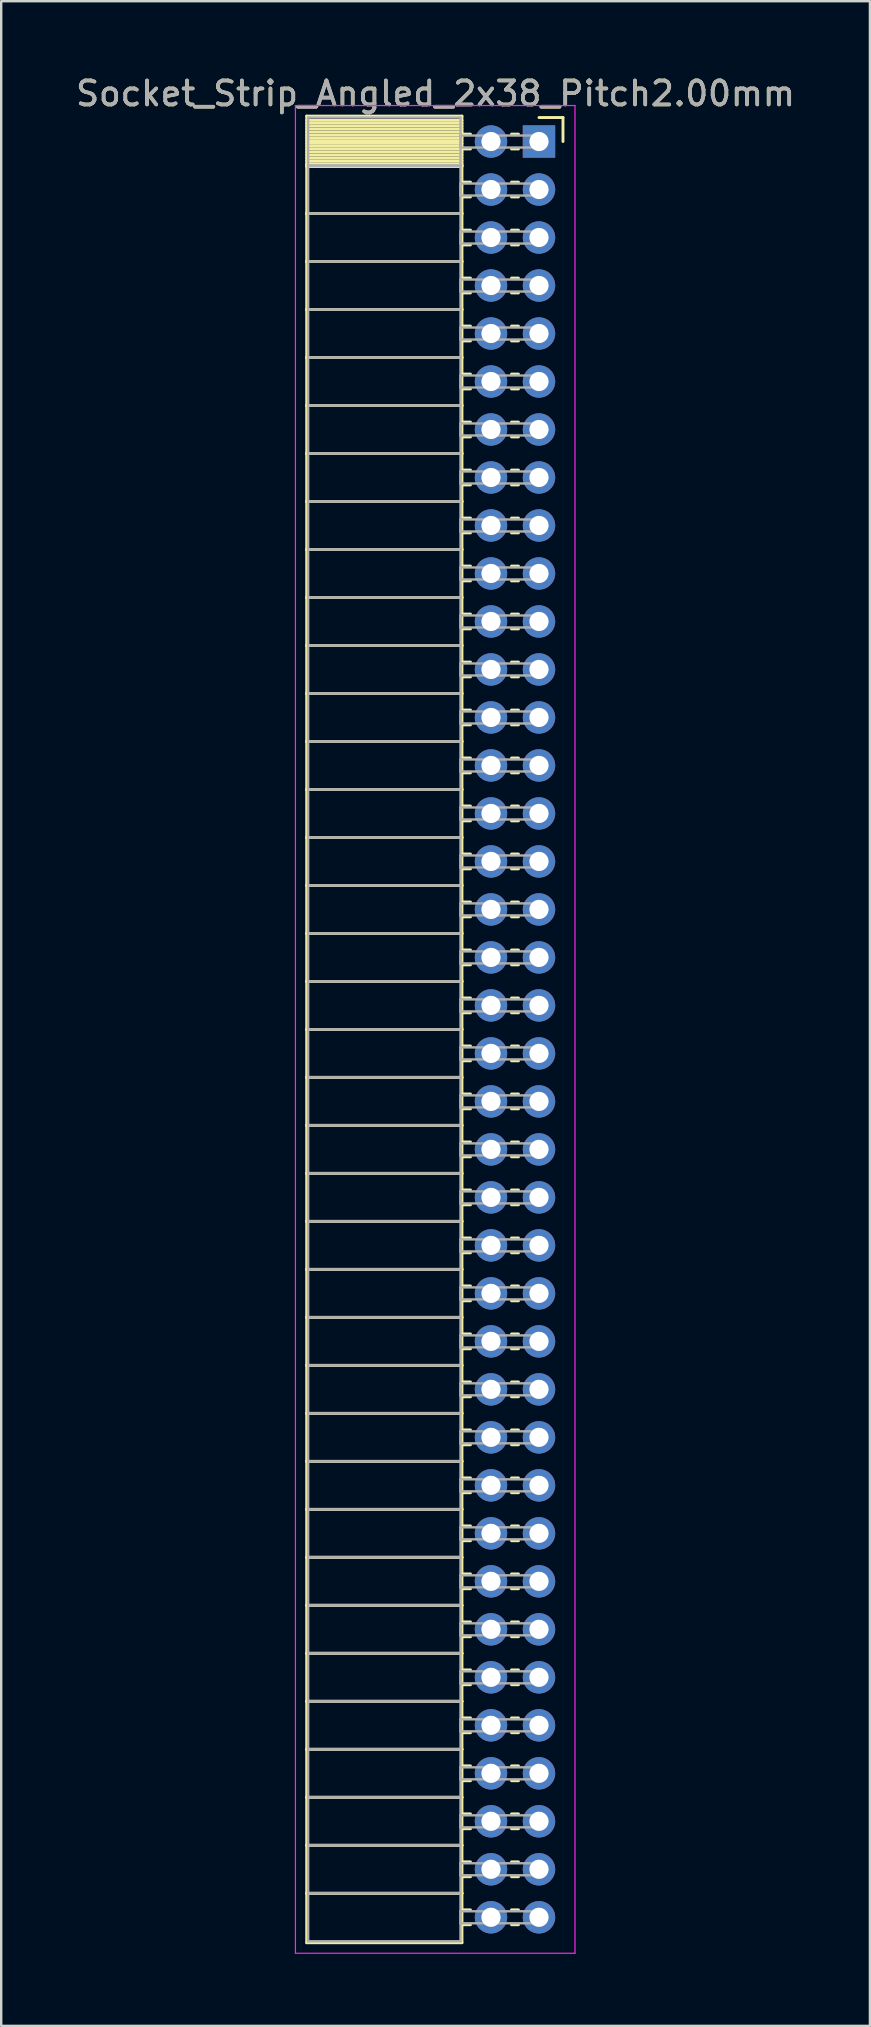
<source format=kicad_pcb>
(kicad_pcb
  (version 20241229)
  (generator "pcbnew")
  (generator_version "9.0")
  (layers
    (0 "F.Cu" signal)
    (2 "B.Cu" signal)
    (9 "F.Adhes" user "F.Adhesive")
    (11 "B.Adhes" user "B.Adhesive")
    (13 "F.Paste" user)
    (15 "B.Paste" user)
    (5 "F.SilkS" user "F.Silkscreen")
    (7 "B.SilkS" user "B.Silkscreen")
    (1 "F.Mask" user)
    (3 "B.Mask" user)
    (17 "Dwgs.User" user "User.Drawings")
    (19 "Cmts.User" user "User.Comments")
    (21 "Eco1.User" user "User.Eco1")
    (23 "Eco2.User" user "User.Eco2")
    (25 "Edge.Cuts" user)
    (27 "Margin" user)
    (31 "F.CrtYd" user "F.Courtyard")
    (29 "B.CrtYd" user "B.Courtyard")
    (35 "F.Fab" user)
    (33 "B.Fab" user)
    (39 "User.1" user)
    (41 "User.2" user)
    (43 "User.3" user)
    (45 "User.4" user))
  (footprint "Socket_Strip_Angled_2x38_Pitch2.00mm"
    (layer "F.Cu")
    (at 19.411 2.848)
    (property "Reference" "Socket_Strip_Angled_2x38_Pitch2.00mm" (at -4.31 -2 0) (layer "F.SilkS") (effects (font (size 1 1) (thickness 0.15))))
    (attr through_hole)
    (fp_line (start -9.68 -1.06) (end -3.21 -1.06) (stroke (width 0.12) (type solid)) (layer "F.SilkS"))
    (fp_line (start -9.68 1) (end -9.68 -1.06) (stroke (width 0.12) (type solid)) (layer "F.SilkS"))
    (fp_line (start -9.68 1) (end -3.21 1) (stroke (width 0.12) (type solid)) (layer "F.SilkS"))
    (fp_line (start -9.68 3) (end -9.68 1) (stroke (width 0.12) (type solid)) (layer "F.SilkS"))
    (fp_line (start -9.68 3) (end -3.21 3) (stroke (width 0.12) (type solid)) (layer "F.SilkS"))
    (fp_line (start -9.68 5) (end -9.68 3) (stroke (width 0.12) (type solid)) (layer "F.SilkS"))
    (fp_line (start -9.68 5) (end -3.21 5) (stroke (width 0.12) (type solid)) (layer "F.SilkS"))
    (fp_line (start -9.68 7) (end -9.68 5) (stroke (width 0.12) (type solid)) (layer "F.SilkS"))
    (fp_line (start -9.68 7) (end -3.21 7) (stroke (width 0.12) (type solid)) (layer "F.SilkS"))
    (fp_line (start -9.68 9) (end -9.68 7) (stroke (width 0.12) (type solid)) (layer "F.SilkS"))
    (fp_line (start -9.68 9) (end -3.21 9) (stroke (width 0.12) (type solid)) (layer "F.SilkS"))
    (fp_line (start -9.68 11) (end -9.68 9) (stroke (width 0.12) (type solid)) (layer "F.SilkS"))
    (fp_line (start -9.68 11) (end -3.21 11) (stroke (width 0.12) (type solid)) (layer "F.SilkS"))
    (fp_line (start -9.68 13) (end -9.68 11) (stroke (width 0.12) (type solid)) (layer "F.SilkS"))
    (fp_line (start -9.68 13) (end -3.21 13) (stroke (width 0.12) (type solid)) (layer "F.SilkS"))
    (fp_line (start -9.68 15) (end -9.68 13) (stroke (width 0.12) (type solid)) (layer "F.SilkS"))
    (fp_line (start -9.68 15) (end -3.21 15) (stroke (width 0.12) (type solid)) (layer "F.SilkS"))
    (fp_line (start -9.68 17) (end -9.68 15) (stroke (width 0.12) (type solid)) (layer "F.SilkS"))
    (fp_line (start -9.68 17) (end -3.21 17) (stroke (width 0.12) (type solid)) (layer "F.SilkS"))
    (fp_line (start -9.68 19) (end -9.68 17) (stroke (width 0.12) (type solid)) (layer "F.SilkS"))
    (fp_line (start -9.68 19) (end -3.21 19) (stroke (width 0.12) (type solid)) (layer "F.SilkS"))
    (fp_line (start -9.68 21) (end -9.68 19) (stroke (width 0.12) (type solid)) (layer "F.SilkS"))
    (fp_line (start -9.68 21) (end -3.21 21) (stroke (width 0.12) (type solid)) (layer "F.SilkS"))
    (fp_line (start -9.68 23) (end -9.68 21) (stroke (width 0.12) (type solid)) (layer "F.SilkS"))
    (fp_line (start -9.68 23) (end -3.21 23) (stroke (width 0.12) (type solid)) (layer "F.SilkS"))
    (fp_line (start -9.68 25) (end -9.68 23) (stroke (width 0.12) (type solid)) (layer "F.SilkS"))
    (fp_line (start -9.68 25) (end -3.21 25) (stroke (width 0.12) (type solid)) (layer "F.SilkS"))
    (fp_line (start -9.68 27) (end -9.68 25) (stroke (width 0.12) (type solid)) (layer "F.SilkS"))
    (fp_line (start -9.68 27) (end -3.21 27) (stroke (width 0.12) (type solid)) (layer "F.SilkS"))
    (fp_line (start -9.68 29) (end -9.68 27) (stroke (width 0.12) (type solid)) (layer "F.SilkS"))
    (fp_line (start -9.68 29) (end -3.21 29) (stroke (width 0.12) (type solid)) (layer "F.SilkS"))
    (fp_line (start -9.68 31) (end -9.68 29) (stroke (width 0.12) (type solid)) (layer "F.SilkS"))
    (fp_line (start -9.68 31) (end -3.21 31) (stroke (width 0.12) (type solid)) (layer "F.SilkS"))
    (fp_line (start -9.68 33) (end -9.68 31) (stroke (width 0.12) (type solid)) (layer "F.SilkS"))
    (fp_line (start -9.68 33) (end -3.21 33) (stroke (width 0.12) (type solid)) (layer "F.SilkS"))
    (fp_line (start -9.68 35) (end -9.68 33) (stroke (width 0.12) (type solid)) (layer "F.SilkS"))
    (fp_line (start -9.68 35) (end -3.21 35) (stroke (width 0.12) (type solid)) (layer "F.SilkS"))
    (fp_line (start -9.68 37) (end -9.68 35) (stroke (width 0.12) (type solid)) (layer "F.SilkS"))
    (fp_line (start -9.68 37) (end -3.21 37) (stroke (width 0.12) (type solid)) (layer "F.SilkS"))
    (fp_line (start -9.68 39) (end -9.68 37) (stroke (width 0.12) (type solid)) (layer "F.SilkS"))
    (fp_line (start -9.68 39) (end -3.21 39) (stroke (width 0.12) (type solid)) (layer "F.SilkS"))
    (fp_line (start -9.68 41) (end -9.68 39) (stroke (width 0.12) (type solid)) (layer "F.SilkS"))
    (fp_line (start -9.68 41) (end -3.21 41) (stroke (width 0.12) (type solid)) (layer "F.SilkS"))
    (fp_line (start -9.68 43) (end -9.68 41) (stroke (width 0.12) (type solid)) (layer "F.SilkS"))
    (fp_line (start -9.68 43) (end -3.21 43) (stroke (width 0.12) (type solid)) (layer "F.SilkS"))
    (fp_line (start -9.68 45) (end -9.68 43) (stroke (width 0.12) (type solid)) (layer "F.SilkS"))
    (fp_line (start -9.68 45) (end -3.21 45) (stroke (width 0.12) (type solid)) (layer "F.SilkS"))
    (fp_line (start -9.68 47) (end -9.68 45) (stroke (width 0.12) (type solid)) (layer "F.SilkS"))
    (fp_line (start -9.68 47) (end -3.21 47) (stroke (width 0.12) (type solid)) (layer "F.SilkS"))
    (fp_line (start -9.68 49) (end -9.68 47) (stroke (width 0.12) (type solid)) (layer "F.SilkS"))
    (fp_line (start -9.68 49) (end -3.21 49) (stroke (width 0.12) (type solid)) (layer "F.SilkS"))
    (fp_line (start -9.68 51) (end -9.68 49) (stroke (width 0.12) (type solid)) (layer "F.SilkS"))
    (fp_line (start -9.68 51) (end -3.21 51) (stroke (width 0.12) (type solid)) (layer "F.SilkS"))
    (fp_line (start -9.68 53) (end -9.68 51) (stroke (width 0.12) (type solid)) (layer "F.SilkS"))
    (fp_line (start -9.68 53) (end -3.21 53) (stroke (width 0.12) (type solid)) (layer "F.SilkS"))
    (fp_line (start -9.68 55) (end -9.68 53) (stroke (width 0.12) (type solid)) (layer "F.SilkS"))
    (fp_line (start -9.68 55) (end -3.21 55) (stroke (width 0.12) (type solid)) (layer "F.SilkS"))
    (fp_line (start -9.68 57) (end -9.68 55) (stroke (width 0.12) (type solid)) (layer "F.SilkS"))
    (fp_line (start -9.68 57) (end -3.21 57) (stroke (width 0.12) (type solid)) (layer "F.SilkS"))
    (fp_line (start -9.68 59) (end -9.68 57) (stroke (width 0.12) (type solid)) (layer "F.SilkS"))
    (fp_line (start -9.68 59) (end -3.21 59) (stroke (width 0.12) (type solid)) (layer "F.SilkS"))
    (fp_line (start -9.68 61) (end -9.68 59) (stroke (width 0.12) (type solid)) (layer "F.SilkS"))
    (fp_line (start -9.68 61) (end -3.21 61) (stroke (width 0.12) (type solid)) (layer "F.SilkS"))
    (fp_line (start -9.68 63) (end -9.68 61) (stroke (width 0.12) (type solid)) (layer "F.SilkS"))
    (fp_line (start -9.68 63) (end -3.21 63) (stroke (width 0.12) (type solid)) (layer "F.SilkS"))
    (fp_line (start -9.68 65) (end -9.68 63) (stroke (width 0.12) (type solid)) (layer "F.SilkS"))
    (fp_line (start -9.68 65) (end -3.21 65) (stroke (width 0.12) (type solid)) (layer "F.SilkS"))
    (fp_line (start -9.68 67) (end -9.68 65) (stroke (width 0.12) (type solid)) (layer "F.SilkS"))
    (fp_line (start -9.68 67) (end -3.21 67) (stroke (width 0.12) (type solid)) (layer "F.SilkS"))
    (fp_line (start -9.68 69) (end -9.68 67) (stroke (width 0.12) (type solid)) (layer "F.SilkS"))
    (fp_line (start -9.68 69) (end -3.21 69) (stroke (width 0.12) (type solid)) (layer "F.SilkS"))
    (fp_line (start -9.68 71) (end -9.68 69) (stroke (width 0.12) (type solid)) (layer "F.SilkS"))
    (fp_line (start -9.68 71) (end -3.21 71) (stroke (width 0.12) (type solid)) (layer "F.SilkS"))
    (fp_line (start -9.68 73) (end -9.68 71) (stroke (width 0.12) (type solid)) (layer "F.SilkS"))
    (fp_line (start -9.68 73) (end -3.21 73) (stroke (width 0.12) (type solid)) (layer "F.SilkS"))
    (fp_line (start -9.68 75.06) (end -9.68 73) (stroke (width 0.12) (type solid)) (layer "F.SilkS"))
    (fp_line (start -3.21 -1.06) (end -3.21 1) (stroke (width 0.12) (type solid)) (layer "F.SilkS"))
    (fp_line (start -3.21 -0.88) (end -9.68 -0.88) (stroke (width 0.12) (type solid)) (layer "F.SilkS"))
    (fp_line (start -3.21 -0.76) (end -9.68 -0.76) (stroke (width 0.12) (type solid)) (layer "F.SilkS"))
    (fp_line (start -3.21 -0.64) (end -9.68 -0.64) (stroke (width 0.12) (type solid)) (layer "F.SilkS"))
    (fp_line (start -3.21 -0.52) (end -9.68 -0.52) (stroke (width 0.12) (type solid)) (layer "F.SilkS"))
    (fp_line (start -3.21 -0.4) (end -9.68 -0.4) (stroke (width 0.12) (type solid)) (layer "F.SilkS"))
    (fp_line (start -3.21 -0.28) (end -9.68 -0.28) (stroke (width 0.12) (type solid)) (layer "F.SilkS"))
    (fp_line (start -3.21 -0.16) (end -9.68 -0.16) (stroke (width 0.12) (type solid)) (layer "F.SilkS"))
    (fp_line (start -3.21 -0.04) (end -9.68 -0.04) (stroke (width 0.12) (type solid)) (layer "F.SilkS"))
    (fp_line (start -3.21 0.08) (end -9.68 0.08) (stroke (width 0.12) (type solid)) (layer "F.SilkS"))
    (fp_line (start -3.21 0.2) (end -9.68 0.2) (stroke (width 0.12) (type solid)) (layer "F.SilkS"))
    (fp_line (start -3.21 0.32) (end -9.68 0.32) (stroke (width 0.12) (type solid)) (layer "F.SilkS"))
    (fp_line (start -3.21 0.44) (end -9.68 0.44) (stroke (width 0.12) (type solid)) (layer "F.SilkS"))
    (fp_line (start -3.21 0.56) (end -9.68 0.56) (stroke (width 0.12) (type solid)) (layer "F.SilkS"))
    (fp_line (start -3.21 0.68) (end -9.68 0.68) (stroke (width 0.12) (type solid)) (layer "F.SilkS"))
    (fp_line (start -3.21 0.8) (end -9.68 0.8) (stroke (width 0.12) (type solid)) (layer "F.SilkS"))
    (fp_line (start -3.21 0.92) (end -9.68 0.92) (stroke (width 0.12) (type solid)) (layer "F.SilkS"))
    (fp_line (start -3.21 1) (end -9.68 1) (stroke (width 0.12) (type solid)) (layer "F.SilkS"))
    (fp_line (start -3.21 1) (end -3.21 3) (stroke (width 0.12) (type solid)) (layer "F.SilkS"))
    (fp_line (start -3.21 1.04) (end -9.68 1.04) (stroke (width 0.12) (type solid)) (layer "F.SilkS"))
    (fp_line (start -3.21 3) (end -9.68 3) (stroke (width 0.12) (type solid)) (layer "F.SilkS"))
    (fp_line (start -3.21 3) (end -3.21 5) (stroke (width 0.12) (type solid)) (layer "F.SilkS"))
    (fp_line (start -3.21 5) (end -9.68 5) (stroke (width 0.12) (type solid)) (layer "F.SilkS"))
    (fp_line (start -3.21 5) (end -3.21 7) (stroke (width 0.12) (type solid)) (layer "F.SilkS"))
    (fp_line (start -3.21 7) (end -9.68 7) (stroke (width 0.12) (type solid)) (layer "F.SilkS"))
    (fp_line (start -3.21 7) (end -3.21 9) (stroke (width 0.12) (type solid)) (layer "F.SilkS"))
    (fp_line (start -3.21 9) (end -9.68 9) (stroke (width 0.12) (type solid)) (layer "F.SilkS"))
    (fp_line (start -3.21 9) (end -3.21 11) (stroke (width 0.12) (type solid)) (layer "F.SilkS"))
    (fp_line (start -3.21 11) (end -9.68 11) (stroke (width 0.12) (type solid)) (layer "F.SilkS"))
    (fp_line (start -3.21 11) (end -3.21 13) (stroke (width 0.12) (type solid)) (layer "F.SilkS"))
    (fp_line (start -3.21 13) (end -9.68 13) (stroke (width 0.12) (type solid)) (layer "F.SilkS"))
    (fp_line (start -3.21 13) (end -3.21 15) (stroke (width 0.12) (type solid)) (layer "F.SilkS"))
    (fp_line (start -3.21 15) (end -9.68 15) (stroke (width 0.12) (type solid)) (layer "F.SilkS"))
    (fp_line (start -3.21 15) (end -3.21 17) (stroke (width 0.12) (type solid)) (layer "F.SilkS"))
    (fp_line (start -3.21 17) (end -9.68 17) (stroke (width 0.12) (type solid)) (layer "F.SilkS"))
    (fp_line (start -3.21 17) (end -3.21 19) (stroke (width 0.12) (type solid)) (layer "F.SilkS"))
    (fp_line (start -3.21 19) (end -9.68 19) (stroke (width 0.12) (type solid)) (layer "F.SilkS"))
    (fp_line (start -3.21 19) (end -3.21 21) (stroke (width 0.12) (type solid)) (layer "F.SilkS"))
    (fp_line (start -3.21 21) (end -9.68 21) (stroke (width 0.12) (type solid)) (layer "F.SilkS"))
    (fp_line (start -3.21 21) (end -3.21 23) (stroke (width 0.12) (type solid)) (layer "F.SilkS"))
    (fp_line (start -3.21 23) (end -9.68 23) (stroke (width 0.12) (type solid)) (layer "F.SilkS"))
    (fp_line (start -3.21 23) (end -3.21 25) (stroke (width 0.12) (type solid)) (layer "F.SilkS"))
    (fp_line (start -3.21 25) (end -9.68 25) (stroke (width 0.12) (type solid)) (layer "F.SilkS"))
    (fp_line (start -3.21 25) (end -3.21 27) (stroke (width 0.12) (type solid)) (layer "F.SilkS"))
    (fp_line (start -3.21 27) (end -9.68 27) (stroke (width 0.12) (type solid)) (layer "F.SilkS"))
    (fp_line (start -3.21 27) (end -3.21 29) (stroke (width 0.12) (type solid)) (layer "F.SilkS"))
    (fp_line (start -3.21 29) (end -9.68 29) (stroke (width 0.12) (type solid)) (layer "F.SilkS"))
    (fp_line (start -3.21 29) (end -3.21 31) (stroke (width 0.12) (type solid)) (layer "F.SilkS"))
    (fp_line (start -3.21 31) (end -9.68 31) (stroke (width 0.12) (type solid)) (layer "F.SilkS"))
    (fp_line (start -3.21 31) (end -3.21 33) (stroke (width 0.12) (type solid)) (layer "F.SilkS"))
    (fp_line (start -3.21 33) (end -9.68 33) (stroke (width 0.12) (type solid)) (layer "F.SilkS"))
    (fp_line (start -3.21 33) (end -3.21 35) (stroke (width 0.12) (type solid)) (layer "F.SilkS"))
    (fp_line (start -3.21 35) (end -9.68 35) (stroke (width 0.12) (type solid)) (layer "F.SilkS"))
    (fp_line (start -3.21 35) (end -3.21 37) (stroke (width 0.12) (type solid)) (layer "F.SilkS"))
    (fp_line (start -3.21 37) (end -9.68 37) (stroke (width 0.12) (type solid)) (layer "F.SilkS"))
    (fp_line (start -3.21 37) (end -3.21 39) (stroke (width 0.12) (type solid)) (layer "F.SilkS"))
    (fp_line (start -3.21 39) (end -9.68 39) (stroke (width 0.12) (type solid)) (layer "F.SilkS"))
    (fp_line (start -3.21 39) (end -3.21 41) (stroke (width 0.12) (type solid)) (layer "F.SilkS"))
    (fp_line (start -3.21 41) (end -9.68 41) (stroke (width 0.12) (type solid)) (layer "F.SilkS"))
    (fp_line (start -3.21 41) (end -3.21 43) (stroke (width 0.12) (type solid)) (layer "F.SilkS"))
    (fp_line (start -3.21 43) (end -9.68 43) (stroke (width 0.12) (type solid)) (layer "F.SilkS"))
    (fp_line (start -3.21 43) (end -3.21 45) (stroke (width 0.12) (type solid)) (layer "F.SilkS"))
    (fp_line (start -3.21 45) (end -9.68 45) (stroke (width 0.12) (type solid)) (layer "F.SilkS"))
    (fp_line (start -3.21 45) (end -3.21 47) (stroke (width 0.12) (type solid)) (layer "F.SilkS"))
    (fp_line (start -3.21 47) (end -9.68 47) (stroke (width 0.12) (type solid)) (layer "F.SilkS"))
    (fp_line (start -3.21 47) (end -3.21 49) (stroke (width 0.12) (type solid)) (layer "F.SilkS"))
    (fp_line (start -3.21 49) (end -9.68 49) (stroke (width 0.12) (type solid)) (layer "F.SilkS"))
    (fp_line (start -3.21 49) (end -3.21 51) (stroke (width 0.12) (type solid)) (layer "F.SilkS"))
    (fp_line (start -3.21 51) (end -9.68 51) (stroke (width 0.12) (type solid)) (layer "F.SilkS"))
    (fp_line (start -3.21 51) (end -3.21 53) (stroke (width 0.12) (type solid)) (layer "F.SilkS"))
    (fp_line (start -3.21 53) (end -9.68 53) (stroke (width 0.12) (type solid)) (layer "F.SilkS"))
    (fp_line (start -3.21 53) (end -3.21 55) (stroke (width 0.12) (type solid)) (layer "F.SilkS"))
    (fp_line (start -3.21 55) (end -9.68 55) (stroke (width 0.12) (type solid)) (layer "F.SilkS"))
    (fp_line (start -3.21 55) (end -3.21 57) (stroke (width 0.12) (type solid)) (layer "F.SilkS"))
    (fp_line (start -3.21 57) (end -9.68 57) (stroke (width 0.12) (type solid)) (layer "F.SilkS"))
    (fp_line (start -3.21 57) (end -3.21 59) (stroke (width 0.12) (type solid)) (layer "F.SilkS"))
    (fp_line (start -3.21 59) (end -9.68 59) (stroke (width 0.12) (type solid)) (layer "F.SilkS"))
    (fp_line (start -3.21 59) (end -3.21 61) (stroke (width 0.12) (type solid)) (layer "F.SilkS"))
    (fp_line (start -3.21 61) (end -9.68 61) (stroke (width 0.12) (type solid)) (layer "F.SilkS"))
    (fp_line (start -3.21 61) (end -3.21 63) (stroke (width 0.12) (type solid)) (layer "F.SilkS"))
    (fp_line (start -3.21 63) (end -9.68 63) (stroke (width 0.12) (type solid)) (layer "F.SilkS"))
    (fp_line (start -3.21 63) (end -3.21 65) (stroke (width 0.12) (type solid)) (layer "F.SilkS"))
    (fp_line (start -3.21 65) (end -9.68 65) (stroke (width 0.12) (type solid)) (layer "F.SilkS"))
    (fp_line (start -3.21 65) (end -3.21 67) (stroke (width 0.12) (type solid)) (layer "F.SilkS"))
    (fp_line (start -3.21 67) (end -9.68 67) (stroke (width 0.12) (type solid)) (layer "F.SilkS"))
    (fp_line (start -3.21 67) (end -3.21 69) (stroke (width 0.12) (type solid)) (layer "F.SilkS"))
    (fp_line (start -3.21 69) (end -9.68 69) (stroke (width 0.12) (type solid)) (layer "F.SilkS"))
    (fp_line (start -3.21 69) (end -3.21 71) (stroke (width 0.12) (type solid)) (layer "F.SilkS"))
    (fp_line (start -3.21 71) (end -9.68 71) (stroke (width 0.12) (type solid)) (layer "F.SilkS"))
    (fp_line (start -3.21 71) (end -3.21 73) (stroke (width 0.12) (type solid)) (layer "F.SilkS"))
    (fp_line (start -3.21 73) (end -9.68 73) (stroke (width 0.12) (type solid)) (layer "F.SilkS"))
    (fp_line (start -3.21 73) (end -3.21 75.06) (stroke (width 0.12) (type solid)) (layer "F.SilkS"))
    (fp_line (start -3.21 75.06) (end -9.68 75.06) (stroke (width 0.12) (type solid)) (layer "F.SilkS"))
    (fp_line (start -2.855 -0.31) (end -3.21 -0.31) (stroke (width 0.12) (type solid)) (layer "F.SilkS"))
    (fp_line (start -2.855 0.31) (end -3.21 0.31) (stroke (width 0.12) (type solid)) (layer "F.SilkS"))
    (fp_line (start -2.855 1.69) (end -3.21 1.69) (stroke (width 0.12) (type solid)) (layer "F.SilkS"))
    (fp_line (start -2.855 2.31) (end -3.21 2.31) (stroke (width 0.12) (type solid)) (layer "F.SilkS"))
    (fp_line (start -2.855 3.69) (end -3.21 3.69) (stroke (width 0.12) (type solid)) (layer "F.SilkS"))
    (fp_line (start -2.855 4.31) (end -3.21 4.31) (stroke (width 0.12) (type solid)) (layer "F.SilkS"))
    (fp_line (start -2.855 5.69) (end -3.21 5.69) (stroke (width 0.12) (type solid)) (layer "F.SilkS"))
    (fp_line (start -2.855 6.31) (end -3.21 6.31) (stroke (width 0.12) (type solid)) (layer "F.SilkS"))
    (fp_line (start -2.855 7.69) (end -3.21 7.69) (stroke (width 0.12) (type solid)) (layer "F.SilkS"))
    (fp_line (start -2.855 8.31) (end -3.21 8.31) (stroke (width 0.12) (type solid)) (layer "F.SilkS"))
    (fp_line (start -2.855 9.69) (end -3.21 9.69) (stroke (width 0.12) (type solid)) (layer "F.SilkS"))
    (fp_line (start -2.855 10.31) (end -3.21 10.31) (stroke (width 0.12) (type solid)) (layer "F.SilkS"))
    (fp_line (start -2.855 11.69) (end -3.21 11.69) (stroke (width 0.12) (type solid)) (layer "F.SilkS"))
    (fp_line (start -2.855 12.31) (end -3.21 12.31) (stroke (width 0.12) (type solid)) (layer "F.SilkS"))
    (fp_line (start -2.855 13.69) (end -3.21 13.69) (stroke (width 0.12) (type solid)) (layer "F.SilkS"))
    (fp_line (start -2.855 14.31) (end -3.21 14.31) (stroke (width 0.12) (type solid)) (layer "F.SilkS"))
    (fp_line (start -2.855 15.69) (end -3.21 15.69) (stroke (width 0.12) (type solid)) (layer "F.SilkS"))
    (fp_line (start -2.855 16.31) (end -3.21 16.31) (stroke (width 0.12) (type solid)) (layer "F.SilkS"))
    (fp_line (start -2.855 17.69) (end -3.21 17.69) (stroke (width 0.12) (type solid)) (layer "F.SilkS"))
    (fp_line (start -2.855 18.31) (end -3.21 18.31) (stroke (width 0.12) (type solid)) (layer "F.SilkS"))
    (fp_line (start -2.855 19.69) (end -3.21 19.69) (stroke (width 0.12) (type solid)) (layer "F.SilkS"))
    (fp_line (start -2.855 20.31) (end -3.21 20.31) (stroke (width 0.12) (type solid)) (layer "F.SilkS"))
    (fp_line (start -2.855 21.69) (end -3.21 21.69) (stroke (width 0.12) (type solid)) (layer "F.SilkS"))
    (fp_line (start -2.855 22.31) (end -3.21 22.31) (stroke (width 0.12) (type solid)) (layer "F.SilkS"))
    (fp_line (start -2.855 23.69) (end -3.21 23.69) (stroke (width 0.12) (type solid)) (layer "F.SilkS"))
    (fp_line (start -2.855 24.31) (end -3.21 24.31) (stroke (width 0.12) (type solid)) (layer "F.SilkS"))
    (fp_line (start -2.855 25.69) (end -3.21 25.69) (stroke (width 0.12) (type solid)) (layer "F.SilkS"))
    (fp_line (start -2.855 26.31) (end -3.21 26.31) (stroke (width 0.12) (type solid)) (layer "F.SilkS"))
    (fp_line (start -2.855 27.69) (end -3.21 27.69) (stroke (width 0.12) (type solid)) (layer "F.SilkS"))
    (fp_line (start -2.855 28.31) (end -3.21 28.31) (stroke (width 0.12) (type solid)) (layer "F.SilkS"))
    (fp_line (start -2.855 29.69) (end -3.21 29.69) (stroke (width 0.12) (type solid)) (layer "F.SilkS"))
    (fp_line (start -2.855 30.31) (end -3.21 30.31) (stroke (width 0.12) (type solid)) (layer "F.SilkS"))
    (fp_line (start -2.855 31.69) (end -3.21 31.69) (stroke (width 0.12) (type solid)) (layer "F.SilkS"))
    (fp_line (start -2.855 32.31) (end -3.21 32.31) (stroke (width 0.12) (type solid)) (layer "F.SilkS"))
    (fp_line (start -2.855 33.69) (end -3.21 33.69) (stroke (width 0.12) (type solid)) (layer "F.SilkS"))
    (fp_line (start -2.855 34.31) (end -3.21 34.31) (stroke (width 0.12) (type solid)) (layer "F.SilkS"))
    (fp_line (start -2.855 35.69) (end -3.21 35.69) (stroke (width 0.12) (type solid)) (layer "F.SilkS"))
    (fp_line (start -2.855 36.31) (end -3.21 36.31) (stroke (width 0.12) (type solid)) (layer "F.SilkS"))
    (fp_line (start -2.855 37.69) (end -3.21 37.69) (stroke (width 0.12) (type solid)) (layer "F.SilkS"))
    (fp_line (start -2.855 38.31) (end -3.21 38.31) (stroke (width 0.12) (type solid)) (layer "F.SilkS"))
    (fp_line (start -2.855 39.69) (end -3.21 39.69) (stroke (width 0.12) (type solid)) (layer "F.SilkS"))
    (fp_line (start -2.855 40.31) (end -3.21 40.31) (stroke (width 0.12) (type solid)) (layer "F.SilkS"))
    (fp_line (start -2.855 41.69) (end -3.21 41.69) (stroke (width 0.12) (type solid)) (layer "F.SilkS"))
    (fp_line (start -2.855 42.31) (end -3.21 42.31) (stroke (width 0.12) (type solid)) (layer "F.SilkS"))
    (fp_line (start -2.855 43.69) (end -3.21 43.69) (stroke (width 0.12) (type solid)) (layer "F.SilkS"))
    (fp_line (start -2.855 44.31) (end -3.21 44.31) (stroke (width 0.12) (type solid)) (layer "F.SilkS"))
    (fp_line (start -2.855 45.69) (end -3.21 45.69) (stroke (width 0.12) (type solid)) (layer "F.SilkS"))
    (fp_line (start -2.855 46.31) (end -3.21 46.31) (stroke (width 0.12) (type solid)) (layer "F.SilkS"))
    (fp_line (start -2.855 47.69) (end -3.21 47.69) (stroke (width 0.12) (type solid)) (layer "F.SilkS"))
    (fp_line (start -2.855 48.31) (end -3.21 48.31) (stroke (width 0.12) (type solid)) (layer "F.SilkS"))
    (fp_line (start -2.855 49.69) (end -3.21 49.69) (stroke (width 0.12) (type solid)) (layer "F.SilkS"))
    (fp_line (start -2.855 50.31) (end -3.21 50.31) (stroke (width 0.12) (type solid)) (layer "F.SilkS"))
    (fp_line (start -2.855 51.69) (end -3.21 51.69) (stroke (width 0.12) (type solid)) (layer "F.SilkS"))
    (fp_line (start -2.855 52.31) (end -3.21 52.31) (stroke (width 0.12) (type solid)) (layer "F.SilkS"))
    (fp_line (start -2.855 53.69) (end -3.21 53.69) (stroke (width 0.12) (type solid)) (layer "F.SilkS"))
    (fp_line (start -2.855 54.31) (end -3.21 54.31) (stroke (width 0.12) (type solid)) (layer "F.SilkS"))
    (fp_line (start -2.855 55.69) (end -3.21 55.69) (stroke (width 0.12) (type solid)) (layer "F.SilkS"))
    (fp_line (start -2.855 56.31) (end -3.21 56.31) (stroke (width 0.12) (type solid)) (layer "F.SilkS"))
    (fp_line (start -2.855 57.69) (end -3.21 57.69) (stroke (width 0.12) (type solid)) (layer "F.SilkS"))
    (fp_line (start -2.855 58.31) (end -3.21 58.31) (stroke (width 0.12) (type solid)) (layer "F.SilkS"))
    (fp_line (start -2.855 59.69) (end -3.21 59.69) (stroke (width 0.12) (type solid)) (layer "F.SilkS"))
    (fp_line (start -2.855 60.31) (end -3.21 60.31) (stroke (width 0.12) (type solid)) (layer "F.SilkS"))
    (fp_line (start -2.855 61.69) (end -3.21 61.69) (stroke (width 0.12) (type solid)) (layer "F.SilkS"))
    (fp_line (start -2.855 62.31) (end -3.21 62.31) (stroke (width 0.12) (type solid)) (layer "F.SilkS"))
    (fp_line (start -2.855 63.69) (end -3.21 63.69) (stroke (width 0.12) (type solid)) (layer "F.SilkS"))
    (fp_line (start -2.855 64.31) (end -3.21 64.31) (stroke (width 0.12) (type solid)) (layer "F.SilkS"))
    (fp_line (start -2.855 65.69) (end -3.21 65.69) (stroke (width 0.12) (type solid)) (layer "F.SilkS"))
    (fp_line (start -2.855 66.31) (end -3.21 66.31) (stroke (width 0.12) (type solid)) (layer "F.SilkS"))
    (fp_line (start -2.855 67.69) (end -3.21 67.69) (stroke (width 0.12) (type solid)) (layer "F.SilkS"))
    (fp_line (start -2.855 68.31) (end -3.21 68.31) (stroke (width 0.12) (type solid)) (layer "F.SilkS"))
    (fp_line (start -2.855 69.69) (end -3.21 69.69) (stroke (width 0.12) (type solid)) (layer "F.SilkS"))
    (fp_line (start -2.855 70.31) (end -3.21 70.31) (stroke (width 0.12) (type solid)) (layer "F.SilkS"))
    (fp_line (start -2.855 71.69) (end -3.21 71.69) (stroke (width 0.12) (type solid)) (layer "F.SilkS"))
    (fp_line (start -2.855 72.31) (end -3.21 72.31) (stroke (width 0.12) (type solid)) (layer "F.SilkS"))
    (fp_line (start -2.855 73.69) (end -3.21 73.69) (stroke (width 0.12) (type solid)) (layer "F.SilkS"))
    (fp_line (start -2.855 74.31) (end -3.21 74.31) (stroke (width 0.12) (type solid)) (layer "F.SilkS"))
    (fp_line (start -0.855 -0.31) (end -1.145 -0.31) (stroke (width 0.12) (type solid)) (layer "F.SilkS"))
    (fp_line (start -0.855 0.31) (end -1.145 0.31) (stroke (width 0.12) (type solid)) (layer "F.SilkS"))
    (fp_line (start -0.855 1.69) (end -1.145 1.69) (stroke (width 0.12) (type solid)) (layer "F.SilkS"))
    (fp_line (start -0.855 2.31) (end -1.145 2.31) (stroke (width 0.12) (type solid)) (layer "F.SilkS"))
    (fp_line (start -0.855 3.69) (end -1.145 3.69) (stroke (width 0.12) (type solid)) (layer "F.SilkS"))
    (fp_line (start -0.855 4.31) (end -1.145 4.31) (stroke (width 0.12) (type solid)) (layer "F.SilkS"))
    (fp_line (start -0.855 5.69) (end -1.145 5.69) (stroke (width 0.12) (type solid)) (layer "F.SilkS"))
    (fp_line (start -0.855 6.31) (end -1.145 6.31) (stroke (width 0.12) (type solid)) (layer "F.SilkS"))
    (fp_line (start -0.855 7.69) (end -1.145 7.69) (stroke (width 0.12) (type solid)) (layer "F.SilkS"))
    (fp_line (start -0.855 8.31) (end -1.145 8.31) (stroke (width 0.12) (type solid)) (layer "F.SilkS"))
    (fp_line (start -0.855 9.69) (end -1.145 9.69) (stroke (width 0.12) (type solid)) (layer "F.SilkS"))
    (fp_line (start -0.855 10.31) (end -1.145 10.31) (stroke (width 0.12) (type solid)) (layer "F.SilkS"))
    (fp_line (start -0.855 11.69) (end -1.145 11.69) (stroke (width 0.12) (type solid)) (layer "F.SilkS"))
    (fp_line (start -0.855 12.31) (end -1.145 12.31) (stroke (width 0.12) (type solid)) (layer "F.SilkS"))
    (fp_line (start -0.855 13.69) (end -1.145 13.69) (stroke (width 0.12) (type solid)) (layer "F.SilkS"))
    (fp_line (start -0.855 14.31) (end -1.145 14.31) (stroke (width 0.12) (type solid)) (layer "F.SilkS"))
    (fp_line (start -0.855 15.69) (end -1.145 15.69) (stroke (width 0.12) (type solid)) (layer "F.SilkS"))
    (fp_line (start -0.855 16.31) (end -1.145 16.31) (stroke (width 0.12) (type solid)) (layer "F.SilkS"))
    (fp_line (start -0.855 17.69) (end -1.145 17.69) (stroke (width 0.12) (type solid)) (layer "F.SilkS"))
    (fp_line (start -0.855 18.31) (end -1.145 18.31) (stroke (width 0.12) (type solid)) (layer "F.SilkS"))
    (fp_line (start -0.855 19.69) (end -1.145 19.69) (stroke (width 0.12) (type solid)) (layer "F.SilkS"))
    (fp_line (start -0.855 20.31) (end -1.145 20.31) (stroke (width 0.12) (type solid)) (layer "F.SilkS"))
    (fp_line (start -0.855 21.69) (end -1.145 21.69) (stroke (width 0.12) (type solid)) (layer "F.SilkS"))
    (fp_line (start -0.855 22.31) (end -1.145 22.31) (stroke (width 0.12) (type solid)) (layer "F.SilkS"))
    (fp_line (start -0.855 23.69) (end -1.145 23.69) (stroke (width 0.12) (type solid)) (layer "F.SilkS"))
    (fp_line (start -0.855 24.31) (end -1.145 24.31) (stroke (width 0.12) (type solid)) (layer "F.SilkS"))
    (fp_line (start -0.855 25.69) (end -1.145 25.69) (stroke (width 0.12) (type solid)) (layer "F.SilkS"))
    (fp_line (start -0.855 26.31) (end -1.145 26.31) (stroke (width 0.12) (type solid)) (layer "F.SilkS"))
    (fp_line (start -0.855 27.69) (end -1.145 27.69) (stroke (width 0.12) (type solid)) (layer "F.SilkS"))
    (fp_line (start -0.855 28.31) (end -1.145 28.31) (stroke (width 0.12) (type solid)) (layer "F.SilkS"))
    (fp_line (start -0.855 29.69) (end -1.145 29.69) (stroke (width 0.12) (type solid)) (layer "F.SilkS"))
    (fp_line (start -0.855 30.31) (end -1.145 30.31) (stroke (width 0.12) (type solid)) (layer "F.SilkS"))
    (fp_line (start -0.855 31.69) (end -1.145 31.69) (stroke (width 0.12) (type solid)) (layer "F.SilkS"))
    (fp_line (start -0.855 32.31) (end -1.145 32.31) (stroke (width 0.12) (type solid)) (layer "F.SilkS"))
    (fp_line (start -0.855 33.69) (end -1.145 33.69) (stroke (width 0.12) (type solid)) (layer "F.SilkS"))
    (fp_line (start -0.855 34.31) (end -1.145 34.31) (stroke (width 0.12) (type solid)) (layer "F.SilkS"))
    (fp_line (start -0.855 35.69) (end -1.145 35.69) (stroke (width 0.12) (type solid)) (layer "F.SilkS"))
    (fp_line (start -0.855 36.31) (end -1.145 36.31) (stroke (width 0.12) (type solid)) (layer "F.SilkS"))
    (fp_line (start -0.855 37.69) (end -1.145 37.69) (stroke (width 0.12) (type solid)) (layer "F.SilkS"))
    (fp_line (start -0.855 38.31) (end -1.145 38.31) (stroke (width 0.12) (type solid)) (layer "F.SilkS"))
    (fp_line (start -0.855 39.69) (end -1.145 39.69) (stroke (width 0.12) (type solid)) (layer "F.SilkS"))
    (fp_line (start -0.855 40.31) (end -1.145 40.31) (stroke (width 0.12) (type solid)) (layer "F.SilkS"))
    (fp_line (start -0.855 41.69) (end -1.145 41.69) (stroke (width 0.12) (type solid)) (layer "F.SilkS"))
    (fp_line (start -0.855 42.31) (end -1.145 42.31) (stroke (width 0.12) (type solid)) (layer "F.SilkS"))
    (fp_line (start -0.855 43.69) (end -1.145 43.69) (stroke (width 0.12) (type solid)) (layer "F.SilkS"))
    (fp_line (start -0.855 44.31) (end -1.145 44.31) (stroke (width 0.12) (type solid)) (layer "F.SilkS"))
    (fp_line (start -0.855 45.69) (end -1.145 45.69) (stroke (width 0.12) (type solid)) (layer "F.SilkS"))
    (fp_line (start -0.855 46.31) (end -1.145 46.31) (stroke (width 0.12) (type solid)) (layer "F.SilkS"))
    (fp_line (start -0.855 47.69) (end -1.145 47.69) (stroke (width 0.12) (type solid)) (layer "F.SilkS"))
    (fp_line (start -0.855 48.31) (end -1.145 48.31) (stroke (width 0.12) (type solid)) (layer "F.SilkS"))
    (fp_line (start -0.855 49.69) (end -1.145 49.69) (stroke (width 0.12) (type solid)) (layer "F.SilkS"))
    (fp_line (start -0.855 50.31) (end -1.145 50.31) (stroke (width 0.12) (type solid)) (layer "F.SilkS"))
    (fp_line (start -0.855 51.69) (end -1.145 51.69) (stroke (width 0.12) (type solid)) (layer "F.SilkS"))
    (fp_line (start -0.855 52.31) (end -1.145 52.31) (stroke (width 0.12) (type solid)) (layer "F.SilkS"))
    (fp_line (start -0.855 53.69) (end -1.145 53.69) (stroke (width 0.12) (type solid)) (layer "F.SilkS"))
    (fp_line (start -0.855 54.31) (end -1.145 54.31) (stroke (width 0.12) (type solid)) (layer "F.SilkS"))
    (fp_line (start -0.855 55.69) (end -1.145 55.69) (stroke (width 0.12) (type solid)) (layer "F.SilkS"))
    (fp_line (start -0.855 56.31) (end -1.145 56.31) (stroke (width 0.12) (type solid)) (layer "F.SilkS"))
    (fp_line (start -0.855 57.69) (end -1.145 57.69) (stroke (width 0.12) (type solid)) (layer "F.SilkS"))
    (fp_line (start -0.855 58.31) (end -1.145 58.31) (stroke (width 0.12) (type solid)) (layer "F.SilkS"))
    (fp_line (start -0.855 59.69) (end -1.145 59.69) (stroke (width 0.12) (type solid)) (layer "F.SilkS"))
    (fp_line (start -0.855 60.31) (end -1.145 60.31) (stroke (width 0.12) (type solid)) (layer "F.SilkS"))
    (fp_line (start -0.855 61.69) (end -1.145 61.69) (stroke (width 0.12) (type solid)) (layer "F.SilkS"))
    (fp_line (start -0.855 62.31) (end -1.145 62.31) (stroke (width 0.12) (type solid)) (layer "F.SilkS"))
    (fp_line (start -0.855 63.69) (end -1.145 63.69) (stroke (width 0.12) (type solid)) (layer "F.SilkS"))
    (fp_line (start -0.855 64.31) (end -1.145 64.31) (stroke (width 0.12) (type solid)) (layer "F.SilkS"))
    (fp_line (start -0.855 65.69) (end -1.145 65.69) (stroke (width 0.12) (type solid)) (layer "F.SilkS"))
    (fp_line (start -0.855 66.31) (end -1.145 66.31) (stroke (width 0.12) (type solid)) (layer "F.SilkS"))
    (fp_line (start -0.855 67.69) (end -1.145 67.69) (stroke (width 0.12) (type solid)) (layer "F.SilkS"))
    (fp_line (start -0.855 68.31) (end -1.145 68.31) (stroke (width 0.12) (type solid)) (layer "F.SilkS"))
    (fp_line (start -0.855 69.69) (end -1.145 69.69) (stroke (width 0.12) (type solid)) (layer "F.SilkS"))
    (fp_line (start -0.855 70.31) (end -1.145 70.31) (stroke (width 0.12) (type solid)) (layer "F.SilkS"))
    (fp_line (start -0.855 71.69) (end -1.145 71.69) (stroke (width 0.12) (type solid)) (layer "F.SilkS"))
    (fp_line (start -0.855 72.31) (end -1.145 72.31) (stroke (width 0.12) (type solid)) (layer "F.SilkS"))
    (fp_line (start -0.855 73.69) (end -1.145 73.69) (stroke (width 0.12) (type solid)) (layer "F.SilkS"))
    (fp_line (start -0.855 74.31) (end -1.145 74.31) (stroke (width 0.12) (type solid)) (layer "F.SilkS"))
    (fp_line (start 0 -1) (end 1 -1) (stroke (width 0.12) (type solid)) (layer "F.SilkS"))
    (fp_line (start 1 -1) (end 1 0) (stroke (width 0.12) (type solid)) (layer "F.SilkS"))
    (fp_line (start -10.15 -1.5) (end 1.5 -1.5) (stroke (width 0.05) (type solid)) (layer "F.CrtYd"))
    (fp_line (start -10.15 75.5) (end -10.15 -1.5) (stroke (width 0.05) (type solid)) (layer "F.CrtYd"))
    (fp_line (start 1.5 -1.5) (end 1.5 75.5) (stroke (width 0.05) (type solid)) (layer "F.CrtYd"))
    (fp_line (start 1.5 75.5) (end -10.15 75.5) (stroke (width 0.05) (type solid)) (layer "F.CrtYd"))
    (fp_line (start -9.62 -1) (end -3.27 -1) (stroke (width 0.1) (type solid)) (layer "F.Fab"))
    (fp_line (start -9.62 1) (end -9.62 -1) (stroke (width 0.1) (type solid)) (layer "F.Fab"))
    (fp_line (start -9.62 1) (end -3.27 1) (stroke (width 0.1) (type solid)) (layer "F.Fab"))
    (fp_line (start -9.62 3) (end -9.62 1) (stroke (width 0.1) (type solid)) (layer "F.Fab"))
    (fp_line (start -9.62 3) (end -3.27 3) (stroke (width 0.1) (type solid)) (layer "F.Fab"))
    (fp_line (start -9.62 5) (end -9.62 3) (stroke (width 0.1) (type solid)) (layer "F.Fab"))
    (fp_line (start -9.62 5) (end -3.27 5) (stroke (width 0.1) (type solid)) (layer "F.Fab"))
    (fp_line (start -9.62 7) (end -9.62 5) (stroke (width 0.1) (type solid)) (layer "F.Fab"))
    (fp_line (start -9.62 7) (end -3.27 7) (stroke (width 0.1) (type solid)) (layer "F.Fab"))
    (fp_line (start -9.62 9) (end -9.62 7) (stroke (width 0.1) (type solid)) (layer "F.Fab"))
    (fp_line (start -9.62 9) (end -3.27 9) (stroke (width 0.1) (type solid)) (layer "F.Fab"))
    (fp_line (start -9.62 11) (end -9.62 9) (stroke (width 0.1) (type solid)) (layer "F.Fab"))
    (fp_line (start -9.62 11) (end -3.27 11) (stroke (width 0.1) (type solid)) (layer "F.Fab"))
    (fp_line (start -9.62 13) (end -9.62 11) (stroke (width 0.1) (type solid)) (layer "F.Fab"))
    (fp_line (start -9.62 13) (end -3.27 13) (stroke (width 0.1) (type solid)) (layer "F.Fab"))
    (fp_line (start -9.62 15) (end -9.62 13) (stroke (width 0.1) (type solid)) (layer "F.Fab"))
    (fp_line (start -9.62 15) (end -3.27 15) (stroke (width 0.1) (type solid)) (layer "F.Fab"))
    (fp_line (start -9.62 17) (end -9.62 15) (stroke (width 0.1) (type solid)) (layer "F.Fab"))
    (fp_line (start -9.62 17) (end -3.27 17) (stroke (width 0.1) (type solid)) (layer "F.Fab"))
    (fp_line (start -9.62 19) (end -9.62 17) (stroke (width 0.1) (type solid)) (layer "F.Fab"))
    (fp_line (start -9.62 19) (end -3.27 19) (stroke (width 0.1) (type solid)) (layer "F.Fab"))
    (fp_line (start -9.62 21) (end -9.62 19) (stroke (width 0.1) (type solid)) (layer "F.Fab"))
    (fp_line (start -9.62 21) (end -3.27 21) (stroke (width 0.1) (type solid)) (layer "F.Fab"))
    (fp_line (start -9.62 23) (end -9.62 21) (stroke (width 0.1) (type solid)) (layer "F.Fab"))
    (fp_line (start -9.62 23) (end -3.27 23) (stroke (width 0.1) (type solid)) (layer "F.Fab"))
    (fp_line (start -9.62 25) (end -9.62 23) (stroke (width 0.1) (type solid)) (layer "F.Fab"))
    (fp_line (start -9.62 25) (end -3.27 25) (stroke (width 0.1) (type solid)) (layer "F.Fab"))
    (fp_line (start -9.62 27) (end -9.62 25) (stroke (width 0.1) (type solid)) (layer "F.Fab"))
    (fp_line (start -9.62 27) (end -3.27 27) (stroke (width 0.1) (type solid)) (layer "F.Fab"))
    (fp_line (start -9.62 29) (end -9.62 27) (stroke (width 0.1) (type solid)) (layer "F.Fab"))
    (fp_line (start -9.62 29) (end -3.27 29) (stroke (width 0.1) (type solid)) (layer "F.Fab"))
    (fp_line (start -9.62 31) (end -9.62 29) (stroke (width 0.1) (type solid)) (layer "F.Fab"))
    (fp_line (start -9.62 31) (end -3.27 31) (stroke (width 0.1) (type solid)) (layer "F.Fab"))
    (fp_line (start -9.62 33) (end -9.62 31) (stroke (width 0.1) (type solid)) (layer "F.Fab"))
    (fp_line (start -9.62 33) (end -3.27 33) (stroke (width 0.1) (type solid)) (layer "F.Fab"))
    (fp_line (start -9.62 35) (end -9.62 33) (stroke (width 0.1) (type solid)) (layer "F.Fab"))
    (fp_line (start -9.62 35) (end -3.27 35) (stroke (width 0.1) (type solid)) (layer "F.Fab"))
    (fp_line (start -9.62 37) (end -9.62 35) (stroke (width 0.1) (type solid)) (layer "F.Fab"))
    (fp_line (start -9.62 37) (end -3.27 37) (stroke (width 0.1) (type solid)) (layer "F.Fab"))
    (fp_line (start -9.62 39) (end -9.62 37) (stroke (width 0.1) (type solid)) (layer "F.Fab"))
    (fp_line (start -9.62 39) (end -3.27 39) (stroke (width 0.1) (type solid)) (layer "F.Fab"))
    (fp_line (start -9.62 41) (end -9.62 39) (stroke (width 0.1) (type solid)) (layer "F.Fab"))
    (fp_line (start -9.62 41) (end -3.27 41) (stroke (width 0.1) (type solid)) (layer "F.Fab"))
    (fp_line (start -9.62 43) (end -9.62 41) (stroke (width 0.1) (type solid)) (layer "F.Fab"))
    (fp_line (start -9.62 43) (end -3.27 43) (stroke (width 0.1) (type solid)) (layer "F.Fab"))
    (fp_line (start -9.62 45) (end -9.62 43) (stroke (width 0.1) (type solid)) (layer "F.Fab"))
    (fp_line (start -9.62 45) (end -3.27 45) (stroke (width 0.1) (type solid)) (layer "F.Fab"))
    (fp_line (start -9.62 47) (end -9.62 45) (stroke (width 0.1) (type solid)) (layer "F.Fab"))
    (fp_line (start -9.62 47) (end -3.27 47) (stroke (width 0.1) (type solid)) (layer "F.Fab"))
    (fp_line (start -9.62 49) (end -9.62 47) (stroke (width 0.1) (type solid)) (layer "F.Fab"))
    (fp_line (start -9.62 49) (end -3.27 49) (stroke (width 0.1) (type solid)) (layer "F.Fab"))
    (fp_line (start -9.62 51) (end -9.62 49) (stroke (width 0.1) (type solid)) (layer "F.Fab"))
    (fp_line (start -9.62 51) (end -3.27 51) (stroke (width 0.1) (type solid)) (layer "F.Fab"))
    (fp_line (start -9.62 53) (end -9.62 51) (stroke (width 0.1) (type solid)) (layer "F.Fab"))
    (fp_line (start -9.62 53) (end -3.27 53) (stroke (width 0.1) (type solid)) (layer "F.Fab"))
    (fp_line (start -9.62 55) (end -9.62 53) (stroke (width 0.1) (type solid)) (layer "F.Fab"))
    (fp_line (start -9.62 55) (end -3.27 55) (stroke (width 0.1) (type solid)) (layer "F.Fab"))
    (fp_line (start -9.62 57) (end -9.62 55) (stroke (width 0.1) (type solid)) (layer "F.Fab"))
    (fp_line (start -9.62 57) (end -3.27 57) (stroke (width 0.1) (type solid)) (layer "F.Fab"))
    (fp_line (start -9.62 59) (end -9.62 57) (stroke (width 0.1) (type solid)) (layer "F.Fab"))
    (fp_line (start -9.62 59) (end -3.27 59) (stroke (width 0.1) (type solid)) (layer "F.Fab"))
    (fp_line (start -9.62 61) (end -9.62 59) (stroke (width 0.1) (type solid)) (layer "F.Fab"))
    (fp_line (start -9.62 61) (end -3.27 61) (stroke (width 0.1) (type solid)) (layer "F.Fab"))
    (fp_line (start -9.62 63) (end -9.62 61) (stroke (width 0.1) (type solid)) (layer "F.Fab"))
    (fp_line (start -9.62 63) (end -3.27 63) (stroke (width 0.1) (type solid)) (layer "F.Fab"))
    (fp_line (start -9.62 65) (end -9.62 63) (stroke (width 0.1) (type solid)) (layer "F.Fab"))
    (fp_line (start -9.62 65) (end -3.27 65) (stroke (width 0.1) (type solid)) (layer "F.Fab"))
    (fp_line (start -9.62 67) (end -9.62 65) (stroke (width 0.1) (type solid)) (layer "F.Fab"))
    (fp_line (start -9.62 67) (end -3.27 67) (stroke (width 0.1) (type solid)) (layer "F.Fab"))
    (fp_line (start -9.62 69) (end -9.62 67) (stroke (width 0.1) (type solid)) (layer "F.Fab"))
    (fp_line (start -9.62 69) (end -3.27 69) (stroke (width 0.1) (type solid)) (layer "F.Fab"))
    (fp_line (start -9.62 71) (end -9.62 69) (stroke (width 0.1) (type solid)) (layer "F.Fab"))
    (fp_line (start -9.62 71) (end -3.27 71) (stroke (width 0.1) (type solid)) (layer "F.Fab"))
    (fp_line (start -9.62 73) (end -9.62 71) (stroke (width 0.1) (type solid)) (layer "F.Fab"))
    (fp_line (start -9.62 73) (end -3.27 73) (stroke (width 0.1) (type solid)) (layer "F.Fab"))
    (fp_line (start -9.62 75) (end -9.62 73) (stroke (width 0.1) (type solid)) (layer "F.Fab"))
    (fp_line (start -3.27 -1) (end -3.27 1) (stroke (width 0.1) (type solid)) (layer "F.Fab"))
    (fp_line (start -3.27 -0.25) (end 0 -0.25) (stroke (width 0.1) (type solid)) (layer "F.Fab"))
    (fp_line (start -3.27 0.25) (end -3.27 -0.25) (stroke (width 0.1) (type solid)) (layer "F.Fab"))
    (fp_line (start -3.27 1) (end -9.62 1) (stroke (width 0.1) (type solid)) (layer "F.Fab"))
    (fp_line (start -3.27 1) (end -3.27 3) (stroke (width 0.1) (type solid)) (layer "F.Fab"))
    (fp_line (start -3.27 1.75) (end 0 1.75) (stroke (width 0.1) (type solid)) (layer "F.Fab"))
    (fp_line (start -3.27 2.25) (end -3.27 1.75) (stroke (width 0.1) (type solid)) (layer "F.Fab"))
    (fp_line (start -3.27 3) (end -9.62 3) (stroke (width 0.1) (type solid)) (layer "F.Fab"))
    (fp_line (start -3.27 3) (end -3.27 5) (stroke (width 0.1) (type solid)) (layer "F.Fab"))
    (fp_line (start -3.27 3.75) (end 0 3.75) (stroke (width 0.1) (type solid)) (layer "F.Fab"))
    (fp_line (start -3.27 4.25) (end -3.27 3.75) (stroke (width 0.1) (type solid)) (layer "F.Fab"))
    (fp_line (start -3.27 5) (end -9.62 5) (stroke (width 0.1) (type solid)) (layer "F.Fab"))
    (fp_line (start -3.27 5) (end -3.27 7) (stroke (width 0.1) (type solid)) (layer "F.Fab"))
    (fp_line (start -3.27 5.75) (end 0 5.75) (stroke (width 0.1) (type solid)) (layer "F.Fab"))
    (fp_line (start -3.27 6.25) (end -3.27 5.75) (stroke (width 0.1) (type solid)) (layer "F.Fab"))
    (fp_line (start -3.27 7) (end -9.62 7) (stroke (width 0.1) (type solid)) (layer "F.Fab"))
    (fp_line (start -3.27 7) (end -3.27 9) (stroke (width 0.1) (type solid)) (layer "F.Fab"))
    (fp_line (start -3.27 7.75) (end 0 7.75) (stroke (width 0.1) (type solid)) (layer "F.Fab"))
    (fp_line (start -3.27 8.25) (end -3.27 7.75) (stroke (width 0.1) (type solid)) (layer "F.Fab"))
    (fp_line (start -3.27 9) (end -9.62 9) (stroke (width 0.1) (type solid)) (layer "F.Fab"))
    (fp_line (start -3.27 9) (end -3.27 11) (stroke (width 0.1) (type solid)) (layer "F.Fab"))
    (fp_line (start -3.27 9.75) (end 0 9.75) (stroke (width 0.1) (type solid)) (layer "F.Fab"))
    (fp_line (start -3.27 10.25) (end -3.27 9.75) (stroke (width 0.1) (type solid)) (layer "F.Fab"))
    (fp_line (start -3.27 11) (end -9.62 11) (stroke (width 0.1) (type solid)) (layer "F.Fab"))
    (fp_line (start -3.27 11) (end -3.27 13) (stroke (width 0.1) (type solid)) (layer "F.Fab"))
    (fp_line (start -3.27 11.75) (end 0 11.75) (stroke (width 0.1) (type solid)) (layer "F.Fab"))
    (fp_line (start -3.27 12.25) (end -3.27 11.75) (stroke (width 0.1) (type solid)) (layer "F.Fab"))
    (fp_line (start -3.27 13) (end -9.62 13) (stroke (width 0.1) (type solid)) (layer "F.Fab"))
    (fp_line (start -3.27 13) (end -3.27 15) (stroke (width 0.1) (type solid)) (layer "F.Fab"))
    (fp_line (start -3.27 13.75) (end 0 13.75) (stroke (width 0.1) (type solid)) (layer "F.Fab"))
    (fp_line (start -3.27 14.25) (end -3.27 13.75) (stroke (width 0.1) (type solid)) (layer "F.Fab"))
    (fp_line (start -3.27 15) (end -9.62 15) (stroke (width 0.1) (type solid)) (layer "F.Fab"))
    (fp_line (start -3.27 15) (end -3.27 17) (stroke (width 0.1) (type solid)) (layer "F.Fab"))
    (fp_line (start -3.27 15.75) (end 0 15.75) (stroke (width 0.1) (type solid)) (layer "F.Fab"))
    (fp_line (start -3.27 16.25) (end -3.27 15.75) (stroke (width 0.1) (type solid)) (layer "F.Fab"))
    (fp_line (start -3.27 17) (end -9.62 17) (stroke (width 0.1) (type solid)) (layer "F.Fab"))
    (fp_line (start -3.27 17) (end -3.27 19) (stroke (width 0.1) (type solid)) (layer "F.Fab"))
    (fp_line (start -3.27 17.75) (end 0 17.75) (stroke (width 0.1) (type solid)) (layer "F.Fab"))
    (fp_line (start -3.27 18.25) (end -3.27 17.75) (stroke (width 0.1) (type solid)) (layer "F.Fab"))
    (fp_line (start -3.27 19) (end -9.62 19) (stroke (width 0.1) (type solid)) (layer "F.Fab"))
    (fp_line (start -3.27 19) (end -3.27 21) (stroke (width 0.1) (type solid)) (layer "F.Fab"))
    (fp_line (start -3.27 19.75) (end 0 19.75) (stroke (width 0.1) (type solid)) (layer "F.Fab"))
    (fp_line (start -3.27 20.25) (end -3.27 19.75) (stroke (width 0.1) (type solid)) (layer "F.Fab"))
    (fp_line (start -3.27 21) (end -9.62 21) (stroke (width 0.1) (type solid)) (layer "F.Fab"))
    (fp_line (start -3.27 21) (end -3.27 23) (stroke (width 0.1) (type solid)) (layer "F.Fab"))
    (fp_line (start -3.27 21.75) (end 0 21.75) (stroke (width 0.1) (type solid)) (layer "F.Fab"))
    (fp_line (start -3.27 22.25) (end -3.27 21.75) (stroke (width 0.1) (type solid)) (layer "F.Fab"))
    (fp_line (start -3.27 23) (end -9.62 23) (stroke (width 0.1) (type solid)) (layer "F.Fab"))
    (fp_line (start -3.27 23) (end -3.27 25) (stroke (width 0.1) (type solid)) (layer "F.Fab"))
    (fp_line (start -3.27 23.75) (end 0 23.75) (stroke (width 0.1) (type solid)) (layer "F.Fab"))
    (fp_line (start -3.27 24.25) (end -3.27 23.75) (stroke (width 0.1) (type solid)) (layer "F.Fab"))
    (fp_line (start -3.27 25) (end -9.62 25) (stroke (width 0.1) (type solid)) (layer "F.Fab"))
    (fp_line (start -3.27 25) (end -3.27 27) (stroke (width 0.1) (type solid)) (layer "F.Fab"))
    (fp_line (start -3.27 25.75) (end 0 25.75) (stroke (width 0.1) (type solid)) (layer "F.Fab"))
    (fp_line (start -3.27 26.25) (end -3.27 25.75) (stroke (width 0.1) (type solid)) (layer "F.Fab"))
    (fp_line (start -3.27 27) (end -9.62 27) (stroke (width 0.1) (type solid)) (layer "F.Fab"))
    (fp_line (start -3.27 27) (end -3.27 29) (stroke (width 0.1) (type solid)) (layer "F.Fab"))
    (fp_line (start -3.27 27.75) (end 0 27.75) (stroke (width 0.1) (type solid)) (layer "F.Fab"))
    (fp_line (start -3.27 28.25) (end -3.27 27.75) (stroke (width 0.1) (type solid)) (layer "F.Fab"))
    (fp_line (start -3.27 29) (end -9.62 29) (stroke (width 0.1) (type solid)) (layer "F.Fab"))
    (fp_line (start -3.27 29) (end -3.27 31) (stroke (width 0.1) (type solid)) (layer "F.Fab"))
    (fp_line (start -3.27 29.75) (end 0 29.75) (stroke (width 0.1) (type solid)) (layer "F.Fab"))
    (fp_line (start -3.27 30.25) (end -3.27 29.75) (stroke (width 0.1) (type solid)) (layer "F.Fab"))
    (fp_line (start -3.27 31) (end -9.62 31) (stroke (width 0.1) (type solid)) (layer "F.Fab"))
    (fp_line (start -3.27 31) (end -3.27 33) (stroke (width 0.1) (type solid)) (layer "F.Fab"))
    (fp_line (start -3.27 31.75) (end 0 31.75) (stroke (width 0.1) (type solid)) (layer "F.Fab"))
    (fp_line (start -3.27 32.25) (end -3.27 31.75) (stroke (width 0.1) (type solid)) (layer "F.Fab"))
    (fp_line (start -3.27 33) (end -9.62 33) (stroke (width 0.1) (type solid)) (layer "F.Fab"))
    (fp_line (start -3.27 33) (end -3.27 35) (stroke (width 0.1) (type solid)) (layer "F.Fab"))
    (fp_line (start -3.27 33.75) (end 0 33.75) (stroke (width 0.1) (type solid)) (layer "F.Fab"))
    (fp_line (start -3.27 34.25) (end -3.27 33.75) (stroke (width 0.1) (type solid)) (layer "F.Fab"))
    (fp_line (start -3.27 35) (end -9.62 35) (stroke (width 0.1) (type solid)) (layer "F.Fab"))
    (fp_line (start -3.27 35) (end -3.27 37) (stroke (width 0.1) (type solid)) (layer "F.Fab"))
    (fp_line (start -3.27 35.75) (end 0 35.75) (stroke (width 0.1) (type solid)) (layer "F.Fab"))
    (fp_line (start -3.27 36.25) (end -3.27 35.75) (stroke (width 0.1) (type solid)) (layer "F.Fab"))
    (fp_line (start -3.27 37) (end -9.62 37) (stroke (width 0.1) (type solid)) (layer "F.Fab"))
    (fp_line (start -3.27 37) (end -3.27 39) (stroke (width 0.1) (type solid)) (layer "F.Fab"))
    (fp_line (start -3.27 37.75) (end 0 37.75) (stroke (width 0.1) (type solid)) (layer "F.Fab"))
    (fp_line (start -3.27 38.25) (end -3.27 37.75) (stroke (width 0.1) (type solid)) (layer "F.Fab"))
    (fp_line (start -3.27 39) (end -9.62 39) (stroke (width 0.1) (type solid)) (layer "F.Fab"))
    (fp_line (start -3.27 39) (end -3.27 41) (stroke (width 0.1) (type solid)) (layer "F.Fab"))
    (fp_line (start -3.27 39.75) (end 0 39.75) (stroke (width 0.1) (type solid)) (layer "F.Fab"))
    (fp_line (start -3.27 40.25) (end -3.27 39.75) (stroke (width 0.1) (type solid)) (layer "F.Fab"))
    (fp_line (start -3.27 41) (end -9.62 41) (stroke (width 0.1) (type solid)) (layer "F.Fab"))
    (fp_line (start -3.27 41) (end -3.27 43) (stroke (width 0.1) (type solid)) (layer "F.Fab"))
    (fp_line (start -3.27 41.75) (end 0 41.75) (stroke (width 0.1) (type solid)) (layer "F.Fab"))
    (fp_line (start -3.27 42.25) (end -3.27 41.75) (stroke (width 0.1) (type solid)) (layer "F.Fab"))
    (fp_line (start -3.27 43) (end -9.62 43) (stroke (width 0.1) (type solid)) (layer "F.Fab"))
    (fp_line (start -3.27 43) (end -3.27 45) (stroke (width 0.1) (type solid)) (layer "F.Fab"))
    (fp_line (start -3.27 43.75) (end 0 43.75) (stroke (width 0.1) (type solid)) (layer "F.Fab"))
    (fp_line (start -3.27 44.25) (end -3.27 43.75) (stroke (width 0.1) (type solid)) (layer "F.Fab"))
    (fp_line (start -3.27 45) (end -9.62 45) (stroke (width 0.1) (type solid)) (layer "F.Fab"))
    (fp_line (start -3.27 45) (end -3.27 47) (stroke (width 0.1) (type solid)) (layer "F.Fab"))
    (fp_line (start -3.27 45.75) (end 0 45.75) (stroke (width 0.1) (type solid)) (layer "F.Fab"))
    (fp_line (start -3.27 46.25) (end -3.27 45.75) (stroke (width 0.1) (type solid)) (layer "F.Fab"))
    (fp_line (start -3.27 47) (end -9.62 47) (stroke (width 0.1) (type solid)) (layer "F.Fab"))
    (fp_line (start -3.27 47) (end -3.27 49) (stroke (width 0.1) (type solid)) (layer "F.Fab"))
    (fp_line (start -3.27 47.75) (end 0 47.75) (stroke (width 0.1) (type solid)) (layer "F.Fab"))
    (fp_line (start -3.27 48.25) (end -3.27 47.75) (stroke (width 0.1) (type solid)) (layer "F.Fab"))
    (fp_line (start -3.27 49) (end -9.62 49) (stroke (width 0.1) (type solid)) (layer "F.Fab"))
    (fp_line (start -3.27 49) (end -3.27 51) (stroke (width 0.1) (type solid)) (layer "F.Fab"))
    (fp_line (start -3.27 49.75) (end 0 49.75) (stroke (width 0.1) (type solid)) (layer "F.Fab"))
    (fp_line (start -3.27 50.25) (end -3.27 49.75) (stroke (width 0.1) (type solid)) (layer "F.Fab"))
    (fp_line (start -3.27 51) (end -9.62 51) (stroke (width 0.1) (type solid)) (layer "F.Fab"))
    (fp_line (start -3.27 51) (end -3.27 53) (stroke (width 0.1) (type solid)) (layer "F.Fab"))
    (fp_line (start -3.27 51.75) (end 0 51.75) (stroke (width 0.1) (type solid)) (layer "F.Fab"))
    (fp_line (start -3.27 52.25) (end -3.27 51.75) (stroke (width 0.1) (type solid)) (layer "F.Fab"))
    (fp_line (start -3.27 53) (end -9.62 53) (stroke (width 0.1) (type solid)) (layer "F.Fab"))
    (fp_line (start -3.27 53) (end -3.27 55) (stroke (width 0.1) (type solid)) (layer "F.Fab"))
    (fp_line (start -3.27 53.75) (end 0 53.75) (stroke (width 0.1) (type solid)) (layer "F.Fab"))
    (fp_line (start -3.27 54.25) (end -3.27 53.75) (stroke (width 0.1) (type solid)) (layer "F.Fab"))
    (fp_line (start -3.27 55) (end -9.62 55) (stroke (width 0.1) (type solid)) (layer "F.Fab"))
    (fp_line (start -3.27 55) (end -3.27 57) (stroke (width 0.1) (type solid)) (layer "F.Fab"))
    (fp_line (start -3.27 55.75) (end 0 55.75) (stroke (width 0.1) (type solid)) (layer "F.Fab"))
    (fp_line (start -3.27 56.25) (end -3.27 55.75) (stroke (width 0.1) (type solid)) (layer "F.Fab"))
    (fp_line (start -3.27 57) (end -9.62 57) (stroke (width 0.1) (type solid)) (layer "F.Fab"))
    (fp_line (start -3.27 57) (end -3.27 59) (stroke (width 0.1) (type solid)) (layer "F.Fab"))
    (fp_line (start -3.27 57.75) (end 0 57.75) (stroke (width 0.1) (type solid)) (layer "F.Fab"))
    (fp_line (start -3.27 58.25) (end -3.27 57.75) (stroke (width 0.1) (type solid)) (layer "F.Fab"))
    (fp_line (start -3.27 59) (end -9.62 59) (stroke (width 0.1) (type solid)) (layer "F.Fab"))
    (fp_line (start -3.27 59) (end -3.27 61) (stroke (width 0.1) (type solid)) (layer "F.Fab"))
    (fp_line (start -3.27 59.75) (end 0 59.75) (stroke (width 0.1) (type solid)) (layer "F.Fab"))
    (fp_line (start -3.27 60.25) (end -3.27 59.75) (stroke (width 0.1) (type solid)) (layer "F.Fab"))
    (fp_line (start -3.27 61) (end -9.62 61) (stroke (width 0.1) (type solid)) (layer "F.Fab"))
    (fp_line (start -3.27 61) (end -3.27 63) (stroke (width 0.1) (type solid)) (layer "F.Fab"))
    (fp_line (start -3.27 61.75) (end 0 61.75) (stroke (width 0.1) (type solid)) (layer "F.Fab"))
    (fp_line (start -3.27 62.25) (end -3.27 61.75) (stroke (width 0.1) (type solid)) (layer "F.Fab"))
    (fp_line (start -3.27 63) (end -9.62 63) (stroke (width 0.1) (type solid)) (layer "F.Fab"))
    (fp_line (start -3.27 63) (end -3.27 65) (stroke (width 0.1) (type solid)) (layer "F.Fab"))
    (fp_line (start -3.27 63.75) (end 0 63.75) (stroke (width 0.1) (type solid)) (layer "F.Fab"))
    (fp_line (start -3.27 64.25) (end -3.27 63.75) (stroke (width 0.1) (type solid)) (layer "F.Fab"))
    (fp_line (start -3.27 65) (end -9.62 65) (stroke (width 0.1) (type solid)) (layer "F.Fab"))
    (fp_line (start -3.27 65) (end -3.27 67) (stroke (width 0.1) (type solid)) (layer "F.Fab"))
    (fp_line (start -3.27 65.75) (end 0 65.75) (stroke (width 0.1) (type solid)) (layer "F.Fab"))
    (fp_line (start -3.27 66.25) (end -3.27 65.75) (stroke (width 0.1) (type solid)) (layer "F.Fab"))
    (fp_line (start -3.27 67) (end -9.62 67) (stroke (width 0.1) (type solid)) (layer "F.Fab"))
    (fp_line (start -3.27 67) (end -3.27 69) (stroke (width 0.1) (type solid)) (layer "F.Fab"))
    (fp_line (start -3.27 67.75) (end 0 67.75) (stroke (width 0.1) (type solid)) (layer "F.Fab"))
    (fp_line (start -3.27 68.25) (end -3.27 67.75) (stroke (width 0.1) (type solid)) (layer "F.Fab"))
    (fp_line (start -3.27 69) (end -9.62 69) (stroke (width 0.1) (type solid)) (layer "F.Fab"))
    (fp_line (start -3.27 69) (end -3.27 71) (stroke (width 0.1) (type solid)) (layer "F.Fab"))
    (fp_line (start -3.27 69.75) (end 0 69.75) (stroke (width 0.1) (type solid)) (layer "F.Fab"))
    (fp_line (start -3.27 70.25) (end -3.27 69.75) (stroke (width 0.1) (type solid)) (layer "F.Fab"))
    (fp_line (start -3.27 71) (end -9.62 71) (stroke (width 0.1) (type solid)) (layer "F.Fab"))
    (fp_line (start -3.27 71) (end -3.27 73) (stroke (width 0.1) (type solid)) (layer "F.Fab"))
    (fp_line (start -3.27 71.75) (end 0 71.75) (stroke (width 0.1) (type solid)) (layer "F.Fab"))
    (fp_line (start -3.27 72.25) (end -3.27 71.75) (stroke (width 0.1) (type solid)) (layer "F.Fab"))
    (fp_line (start -3.27 73) (end -9.62 73) (stroke (width 0.1) (type solid)) (layer "F.Fab"))
    (fp_line (start -3.27 73) (end -3.27 75) (stroke (width 0.1) (type solid)) (layer "F.Fab"))
    (fp_line (start -3.27 73.75) (end 0 73.75) (stroke (width 0.1) (type solid)) (layer "F.Fab"))
    (fp_line (start -3.27 74.25) (end -3.27 73.75) (stroke (width 0.1) (type solid)) (layer "F.Fab"))
    (fp_line (start -3.27 75) (end -9.62 75) (stroke (width 0.1) (type solid)) (layer "F.Fab"))
    (fp_line (start 0 -0.25) (end 0 0.25) (stroke (width 0.1) (type solid)) (layer "F.Fab"))
    (fp_line (start 0 0.25) (end -3.27 0.25) (stroke (width 0.1) (type solid)) (layer "F.Fab"))
    (fp_line (start 0 1.75) (end 0 2.25) (stroke (width 0.1) (type solid)) (layer "F.Fab"))
    (fp_line (start 0 2.25) (end -3.27 2.25) (stroke (width 0.1) (type solid)) (layer "F.Fab"))
    (fp_line (start 0 3.75) (end 0 4.25) (stroke (width 0.1) (type solid)) (layer "F.Fab"))
    (fp_line (start 0 4.25) (end -3.27 4.25) (stroke (width 0.1) (type solid)) (layer "F.Fab"))
    (fp_line (start 0 5.75) (end 0 6.25) (stroke (width 0.1) (type solid)) (layer "F.Fab"))
    (fp_line (start 0 6.25) (end -3.27 6.25) (stroke (width 0.1) (type solid)) (layer "F.Fab"))
    (fp_line (start 0 7.75) (end 0 8.25) (stroke (width 0.1) (type solid)) (layer "F.Fab"))
    (fp_line (start 0 8.25) (end -3.27 8.25) (stroke (width 0.1) (type solid)) (layer "F.Fab"))
    (fp_line (start 0 9.75) (end 0 10.25) (stroke (width 0.1) (type solid)) (layer "F.Fab"))
    (fp_line (start 0 10.25) (end -3.27 10.25) (stroke (width 0.1) (type solid)) (layer "F.Fab"))
    (fp_line (start 0 11.75) (end 0 12.25) (stroke (width 0.1) (type solid)) (layer "F.Fab"))
    (fp_line (start 0 12.25) (end -3.27 12.25) (stroke (width 0.1) (type solid)) (layer "F.Fab"))
    (fp_line (start 0 13.75) (end 0 14.25) (stroke (width 0.1) (type solid)) (layer "F.Fab"))
    (fp_line (start 0 14.25) (end -3.27 14.25) (stroke (width 0.1) (type solid)) (layer "F.Fab"))
    (fp_line (start 0 15.75) (end 0 16.25) (stroke (width 0.1) (type solid)) (layer "F.Fab"))
    (fp_line (start 0 16.25) (end -3.27 16.25) (stroke (width 0.1) (type solid)) (layer "F.Fab"))
    (fp_line (start 0 17.75) (end 0 18.25) (stroke (width 0.1) (type solid)) (layer "F.Fab"))
    (fp_line (start 0 18.25) (end -3.27 18.25) (stroke (width 0.1) (type solid)) (layer "F.Fab"))
    (fp_line (start 0 19.75) (end 0 20.25) (stroke (width 0.1) (type solid)) (layer "F.Fab"))
    (fp_line (start 0 20.25) (end -3.27 20.25) (stroke (width 0.1) (type solid)) (layer "F.Fab"))
    (fp_line (start 0 21.75) (end 0 22.25) (stroke (width 0.1) (type solid)) (layer "F.Fab"))
    (fp_line (start 0 22.25) (end -3.27 22.25) (stroke (width 0.1) (type solid)) (layer "F.Fab"))
    (fp_line (start 0 23.75) (end 0 24.25) (stroke (width 0.1) (type solid)) (layer "F.Fab"))
    (fp_line (start 0 24.25) (end -3.27 24.25) (stroke (width 0.1) (type solid)) (layer "F.Fab"))
    (fp_line (start 0 25.75) (end 0 26.25) (stroke (width 0.1) (type solid)) (layer "F.Fab"))
    (fp_line (start 0 26.25) (end -3.27 26.25) (stroke (width 0.1) (type solid)) (layer "F.Fab"))
    (fp_line (start 0 27.75) (end 0 28.25) (stroke (width 0.1) (type solid)) (layer "F.Fab"))
    (fp_line (start 0 28.25) (end -3.27 28.25) (stroke (width 0.1) (type solid)) (layer "F.Fab"))
    (fp_line (start 0 29.75) (end 0 30.25) (stroke (width 0.1) (type solid)) (layer "F.Fab"))
    (fp_line (start 0 30.25) (end -3.27 30.25) (stroke (width 0.1) (type solid)) (layer "F.Fab"))
    (fp_line (start 0 31.75) (end 0 32.25) (stroke (width 0.1) (type solid)) (layer "F.Fab"))
    (fp_line (start 0 32.25) (end -3.27 32.25) (stroke (width 0.1) (type solid)) (layer "F.Fab"))
    (fp_line (start 0 33.75) (end 0 34.25) (stroke (width 0.1) (type solid)) (layer "F.Fab"))
    (fp_line (start 0 34.25) (end -3.27 34.25) (stroke (width 0.1) (type solid)) (layer "F.Fab"))
    (fp_line (start 0 35.75) (end 0 36.25) (stroke (width 0.1) (type solid)) (layer "F.Fab"))
    (fp_line (start 0 36.25) (end -3.27 36.25) (stroke (width 0.1) (type solid)) (layer "F.Fab"))
    (fp_line (start 0 37.75) (end 0 38.25) (stroke (width 0.1) (type solid)) (layer "F.Fab"))
    (fp_line (start 0 38.25) (end -3.27 38.25) (stroke (width 0.1) (type solid)) (layer "F.Fab"))
    (fp_line (start 0 39.75) (end 0 40.25) (stroke (width 0.1) (type solid)) (layer "F.Fab"))
    (fp_line (start 0 40.25) (end -3.27 40.25) (stroke (width 0.1) (type solid)) (layer "F.Fab"))
    (fp_line (start 0 41.75) (end 0 42.25) (stroke (width 0.1) (type solid)) (layer "F.Fab"))
    (fp_line (start 0 42.25) (end -3.27 42.25) (stroke (width 0.1) (type solid)) (layer "F.Fab"))
    (fp_line (start 0 43.75) (end 0 44.25) (stroke (width 0.1) (type solid)) (layer "F.Fab"))
    (fp_line (start 0 44.25) (end -3.27 44.25) (stroke (width 0.1) (type solid)) (layer "F.Fab"))
    (fp_line (start 0 45.75) (end 0 46.25) (stroke (width 0.1) (type solid)) (layer "F.Fab"))
    (fp_line (start 0 46.25) (end -3.27 46.25) (stroke (width 0.1) (type solid)) (layer "F.Fab"))
    (fp_line (start 0 47.75) (end 0 48.25) (stroke (width 0.1) (type solid)) (layer "F.Fab"))
    (fp_line (start 0 48.25) (end -3.27 48.25) (stroke (width 0.1) (type solid)) (layer "F.Fab"))
    (fp_line (start 0 49.75) (end 0 50.25) (stroke (width 0.1) (type solid)) (layer "F.Fab"))
    (fp_line (start 0 50.25) (end -3.27 50.25) (stroke (width 0.1) (type solid)) (layer "F.Fab"))
    (fp_line (start 0 51.75) (end 0 52.25) (stroke (width 0.1) (type solid)) (layer "F.Fab"))
    (fp_line (start 0 52.25) (end -3.27 52.25) (stroke (width 0.1) (type solid)) (layer "F.Fab"))
    (fp_line (start 0 53.75) (end 0 54.25) (stroke (width 0.1) (type solid)) (layer "F.Fab"))
    (fp_line (start 0 54.25) (end -3.27 54.25) (stroke (width 0.1) (type solid)) (layer "F.Fab"))
    (fp_line (start 0 55.75) (end 0 56.25) (stroke (width 0.1) (type solid)) (layer "F.Fab"))
    (fp_line (start 0 56.25) (end -3.27 56.25) (stroke (width 0.1) (type solid)) (layer "F.Fab"))
    (fp_line (start 0 57.75) (end 0 58.25) (stroke (width 0.1) (type solid)) (layer "F.Fab"))
    (fp_line (start 0 58.25) (end -3.27 58.25) (stroke (width 0.1) (type solid)) (layer "F.Fab"))
    (fp_line (start 0 59.75) (end 0 60.25) (stroke (width 0.1) (type solid)) (layer "F.Fab"))
    (fp_line (start 0 60.25) (end -3.27 60.25) (stroke (width 0.1) (type solid)) (layer "F.Fab"))
    (fp_line (start 0 61.75) (end 0 62.25) (stroke (width 0.1) (type solid)) (layer "F.Fab"))
    (fp_line (start 0 62.25) (end -3.27 62.25) (stroke (width 0.1) (type solid)) (layer "F.Fab"))
    (fp_line (start 0 63.75) (end 0 64.25) (stroke (width 0.1) (type solid)) (layer "F.Fab"))
    (fp_line (start 0 64.25) (end -3.27 64.25) (stroke (width 0.1) (type solid)) (layer "F.Fab"))
    (fp_line (start 0 65.75) (end 0 66.25) (stroke (width 0.1) (type solid)) (layer "F.Fab"))
    (fp_line (start 0 66.25) (end -3.27 66.25) (stroke (width 0.1) (type solid)) (layer "F.Fab"))
    (fp_line (start 0 67.75) (end 0 68.25) (stroke (width 0.1) (type solid)) (layer "F.Fab"))
    (fp_line (start 0 68.25) (end -3.27 68.25) (stroke (width 0.1) (type solid)) (layer "F.Fab"))
    (fp_line (start 0 69.75) (end 0 70.25) (stroke (width 0.1) (type solid)) (layer "F.Fab"))
    (fp_line (start 0 70.25) (end -3.27 70.25) (stroke (width 0.1) (type solid)) (layer "F.Fab"))
    (fp_line (start 0 71.75) (end 0 72.25) (stroke (width 0.1) (type solid)) (layer "F.Fab"))
    (fp_line (start 0 72.25) (end -3.27 72.25) (stroke (width 0.1) (type solid)) (layer "F.Fab"))
    (fp_line (start 0 73.75) (end 0 74.25) (stroke (width 0.1) (type solid)) (layer "F.Fab"))
    (fp_line (start 0 74.25) (end -3.27 74.25) (stroke (width 0.1) (type solid)) (layer "F.Fab"))
    (fp_text user "${REFERENCE}" (at -4.31 -2 0) (layer "F.Fab") (effects (font (size 1 1) (thickness 0.15))))
    (pad "1" thru_hole rect (at 0 0) (size 1.35 1.35) (drill 0.8) (layers "*.Cu" "*.Mask"))
    (pad "2" thru_hole oval (at -2 0) (size 1.35 1.35) (drill 0.8) (layers "*.Cu" "*.Mask"))
    (pad "3" thru_hole oval (at 0 2) (size 1.35 1.35) (drill 0.8) (layers "*.Cu" "*.Mask"))
    (pad "4" thru_hole oval (at -2 2) (size 1.35 1.35) (drill 0.8) (layers "*.Cu" "*.Mask"))
    (pad "5" thru_hole oval (at 0 4) (size 1.35 1.35) (drill 0.8) (layers "*.Cu" "*.Mask"))
    (pad "6" thru_hole oval (at -2 4) (size 1.35 1.35) (drill 0.8) (layers "*.Cu" "*.Mask"))
    (pad "7" thru_hole oval (at 0 6) (size 1.35 1.35) (drill 0.8) (layers "*.Cu" "*.Mask"))
    (pad "8" thru_hole oval (at -2 6) (size 1.35 1.35) (drill 0.8) (layers "*.Cu" "*.Mask"))
    (pad "9" thru_hole oval (at 0 8) (size 1.35 1.35) (drill 0.8) (layers "*.Cu" "*.Mask"))
    (pad "10" thru_hole oval (at -2 8) (size 1.35 1.35) (drill 0.8) (layers "*.Cu" "*.Mask"))
    (pad "11" thru_hole oval (at 0 10) (size 1.35 1.35) (drill 0.8) (layers "*.Cu" "*.Mask"))
    (pad "12" thru_hole oval (at -2 10) (size 1.35 1.35) (drill 0.8) (layers "*.Cu" "*.Mask"))
    (pad "13" thru_hole oval (at 0 12) (size 1.35 1.35) (drill 0.8) (layers "*.Cu" "*.Mask"))
    (pad "14" thru_hole oval (at -2 12) (size 1.35 1.35) (drill 0.8) (layers "*.Cu" "*.Mask"))
    (pad "15" thru_hole oval (at 0 14) (size 1.35 1.35) (drill 0.8) (layers "*.Cu" "*.Mask"))
    (pad "16" thru_hole oval (at -2 14) (size 1.35 1.35) (drill 0.8) (layers "*.Cu" "*.Mask"))
    (pad "17" thru_hole oval (at 0 16) (size 1.35 1.35) (drill 0.8) (layers "*.Cu" "*.Mask"))
    (pad "18" thru_hole oval (at -2 16) (size 1.35 1.35) (drill 0.8) (layers "*.Cu" "*.Mask"))
    (pad "19" thru_hole oval (at 0 18) (size 1.35 1.35) (drill 0.8) (layers "*.Cu" "*.Mask"))
    (pad "20" thru_hole oval (at -2 18) (size 1.35 1.35) (drill 0.8) (layers "*.Cu" "*.Mask"))
    (pad "21" thru_hole oval (at 0 20) (size 1.35 1.35) (drill 0.8) (layers "*.Cu" "*.Mask"))
    (pad "22" thru_hole oval (at -2 20) (size 1.35 1.35) (drill 0.8) (layers "*.Cu" "*.Mask"))
    (pad "23" thru_hole oval (at 0 22) (size 1.35 1.35) (drill 0.8) (layers "*.Cu" "*.Mask"))
    (pad "24" thru_hole oval (at -2 22) (size 1.35 1.35) (drill 0.8) (layers "*.Cu" "*.Mask"))
    (pad "25" thru_hole oval (at 0 24) (size 1.35 1.35) (drill 0.8) (layers "*.Cu" "*.Mask"))
    (pad "26" thru_hole oval (at -2 24) (size 1.35 1.35) (drill 0.8) (layers "*.Cu" "*.Mask"))
    (pad "27" thru_hole oval (at 0 26) (size 1.35 1.35) (drill 0.8) (layers "*.Cu" "*.Mask"))
    (pad "28" thru_hole oval (at -2 26) (size 1.35 1.35) (drill 0.8) (layers "*.Cu" "*.Mask"))
    (pad "29" thru_hole oval (at 0 28) (size 1.35 1.35) (drill 0.8) (layers "*.Cu" "*.Mask"))
    (pad "30" thru_hole oval (at -2 28) (size 1.35 1.35) (drill 0.8) (layers "*.Cu" "*.Mask"))
    (pad "31" thru_hole oval (at 0 30) (size 1.35 1.35) (drill 0.8) (layers "*.Cu" "*.Mask"))
    (pad "32" thru_hole oval (at -2 30) (size 1.35 1.35) (drill 0.8) (layers "*.Cu" "*.Mask"))
    (pad "33" thru_hole oval (at 0 32) (size 1.35 1.35) (drill 0.8) (layers "*.Cu" "*.Mask"))
    (pad "34" thru_hole oval (at -2 32) (size 1.35 1.35) (drill 0.8) (layers "*.Cu" "*.Mask"))
    (pad "35" thru_hole oval (at 0 34) (size 1.35 1.35) (drill 0.8) (layers "*.Cu" "*.Mask"))
    (pad "36" thru_hole oval (at -2 34) (size 1.35 1.35) (drill 0.8) (layers "*.Cu" "*.Mask"))
    (pad "37" thru_hole oval (at 0 36) (size 1.35 1.35) (drill 0.8) (layers "*.Cu" "*.Mask"))
    (pad "38" thru_hole oval (at -2 36) (size 1.35 1.35) (drill 0.8) (layers "*.Cu" "*.Mask"))
    (pad "39" thru_hole oval (at 0 38) (size 1.35 1.35) (drill 0.8) (layers "*.Cu" "*.Mask"))
    (pad "40" thru_hole oval (at -2 38) (size 1.35 1.35) (drill 0.8) (layers "*.Cu" "*.Mask"))
    (pad "41" thru_hole oval (at 0 40) (size 1.35 1.35) (drill 0.8) (layers "*.Cu" "*.Mask"))
    (pad "42" thru_hole oval (at -2 40) (size 1.35 1.35) (drill 0.8) (layers "*.Cu" "*.Mask"))
    (pad "43" thru_hole oval (at 0 42) (size 1.35 1.35) (drill 0.8) (layers "*.Cu" "*.Mask"))
    (pad "44" thru_hole oval (at -2 42) (size 1.35 1.35) (drill 0.8) (layers "*.Cu" "*.Mask"))
    (pad "45" thru_hole oval (at 0 44) (size 1.35 1.35) (drill 0.8) (layers "*.Cu" "*.Mask"))
    (pad "46" thru_hole oval (at -2 44) (size 1.35 1.35) (drill 0.8) (layers "*.Cu" "*.Mask"))
    (pad "47" thru_hole oval (at 0 46) (size 1.35 1.35) (drill 0.8) (layers "*.Cu" "*.Mask"))
    (pad "48" thru_hole oval (at -2 46) (size 1.35 1.35) (drill 0.8) (layers "*.Cu" "*.Mask"))
    (pad "49" thru_hole oval (at 0 48) (size 1.35 1.35) (drill 0.8) (layers "*.Cu" "*.Mask"))
    (pad "50" thru_hole oval (at -2 48) (size 1.35 1.35) (drill 0.8) (layers "*.Cu" "*.Mask"))
    (pad "51" thru_hole oval (at 0 50) (size 1.35 1.35) (drill 0.8) (layers "*.Cu" "*.Mask"))
    (pad "52" thru_hole oval (at -2 50) (size 1.35 1.35) (drill 0.8) (layers "*.Cu" "*.Mask"))
    (pad "53" thru_hole oval (at 0 52) (size 1.35 1.35) (drill 0.8) (layers "*.Cu" "*.Mask"))
    (pad "54" thru_hole oval (at -2 52) (size 1.35 1.35) (drill 0.8) (layers "*.Cu" "*.Mask"))
    (pad "55" thru_hole oval (at 0 54) (size 1.35 1.35) (drill 0.8) (layers "*.Cu" "*.Mask"))
    (pad "56" thru_hole oval (at -2 54) (size 1.35 1.35) (drill 0.8) (layers "*.Cu" "*.Mask"))
    (pad "57" thru_hole oval (at 0 56) (size 1.35 1.35) (drill 0.8) (layers "*.Cu" "*.Mask"))
    (pad "58" thru_hole oval (at -2 56) (size 1.35 1.35) (drill 0.8) (layers "*.Cu" "*.Mask"))
    (pad "59" thru_hole oval (at 0 58) (size 1.35 1.35) (drill 0.8) (layers "*.Cu" "*.Mask"))
    (pad "60" thru_hole oval (at -2 58) (size 1.35 1.35) (drill 0.8) (layers "*.Cu" "*.Mask"))
    (pad "61" thru_hole oval (at 0 60) (size 1.35 1.35) (drill 0.8) (layers "*.Cu" "*.Mask"))
    (pad "62" thru_hole oval (at -2 60) (size 1.35 1.35) (drill 0.8) (layers "*.Cu" "*.Mask"))
    (pad "63" thru_hole oval (at 0 62) (size 1.35 1.35) (drill 0.8) (layers "*.Cu" "*.Mask"))
    (pad "64" thru_hole oval (at -2 62) (size 1.35 1.35) (drill 0.8) (layers "*.Cu" "*.Mask"))
    (pad "65" thru_hole oval (at 0 64) (size 1.35 1.35) (drill 0.8) (layers "*.Cu" "*.Mask"))
    (pad "66" thru_hole oval (at -2 64) (size 1.35 1.35) (drill 0.8) (layers "*.Cu" "*.Mask"))
    (pad "67" thru_hole oval (at 0 66) (size 1.35 1.35) (drill 0.8) (layers "*.Cu" "*.Mask"))
    (pad "68" thru_hole oval (at -2 66) (size 1.35 1.35) (drill 0.8) (layers "*.Cu" "*.Mask"))
    (pad "69" thru_hole oval (at 0 68) (size 1.35 1.35) (drill 0.8) (layers "*.Cu" "*.Mask"))
    (pad "70" thru_hole oval (at -2 68) (size 1.35 1.35) (drill 0.8) (layers "*.Cu" "*.Mask"))
    (pad "71" thru_hole oval (at 0 70) (size 1.35 1.35) (drill 0.8) (layers "*.Cu" "*.Mask"))
    (pad "72" thru_hole oval (at -2 70) (size 1.35 1.35) (drill 0.8) (layers "*.Cu" "*.Mask"))
    (pad "73" thru_hole oval (at 0 72) (size 1.35 1.35) (drill 0.8) (layers "*.Cu" "*.Mask"))
    (pad "74" thru_hole oval (at -2 72) (size 1.35 1.35) (drill 0.8) (layers "*.Cu" "*.Mask"))
    (pad "75" thru_hole oval (at 0 74) (size 1.35 1.35) (drill 0.8) (layers "*.Cu" "*.Mask"))
    (pad "76" thru_hole oval (at -2 74) (size 1.35 1.35) (drill 0.8) (layers "*.Cu" "*.Mask")))
  (gr_rect
    (start -3 -3)
    (end 33.202 81.373)
    (stroke (width 0.1) (type default))
    (fill no)
    (layer "Edge.Cuts")))
</source>
